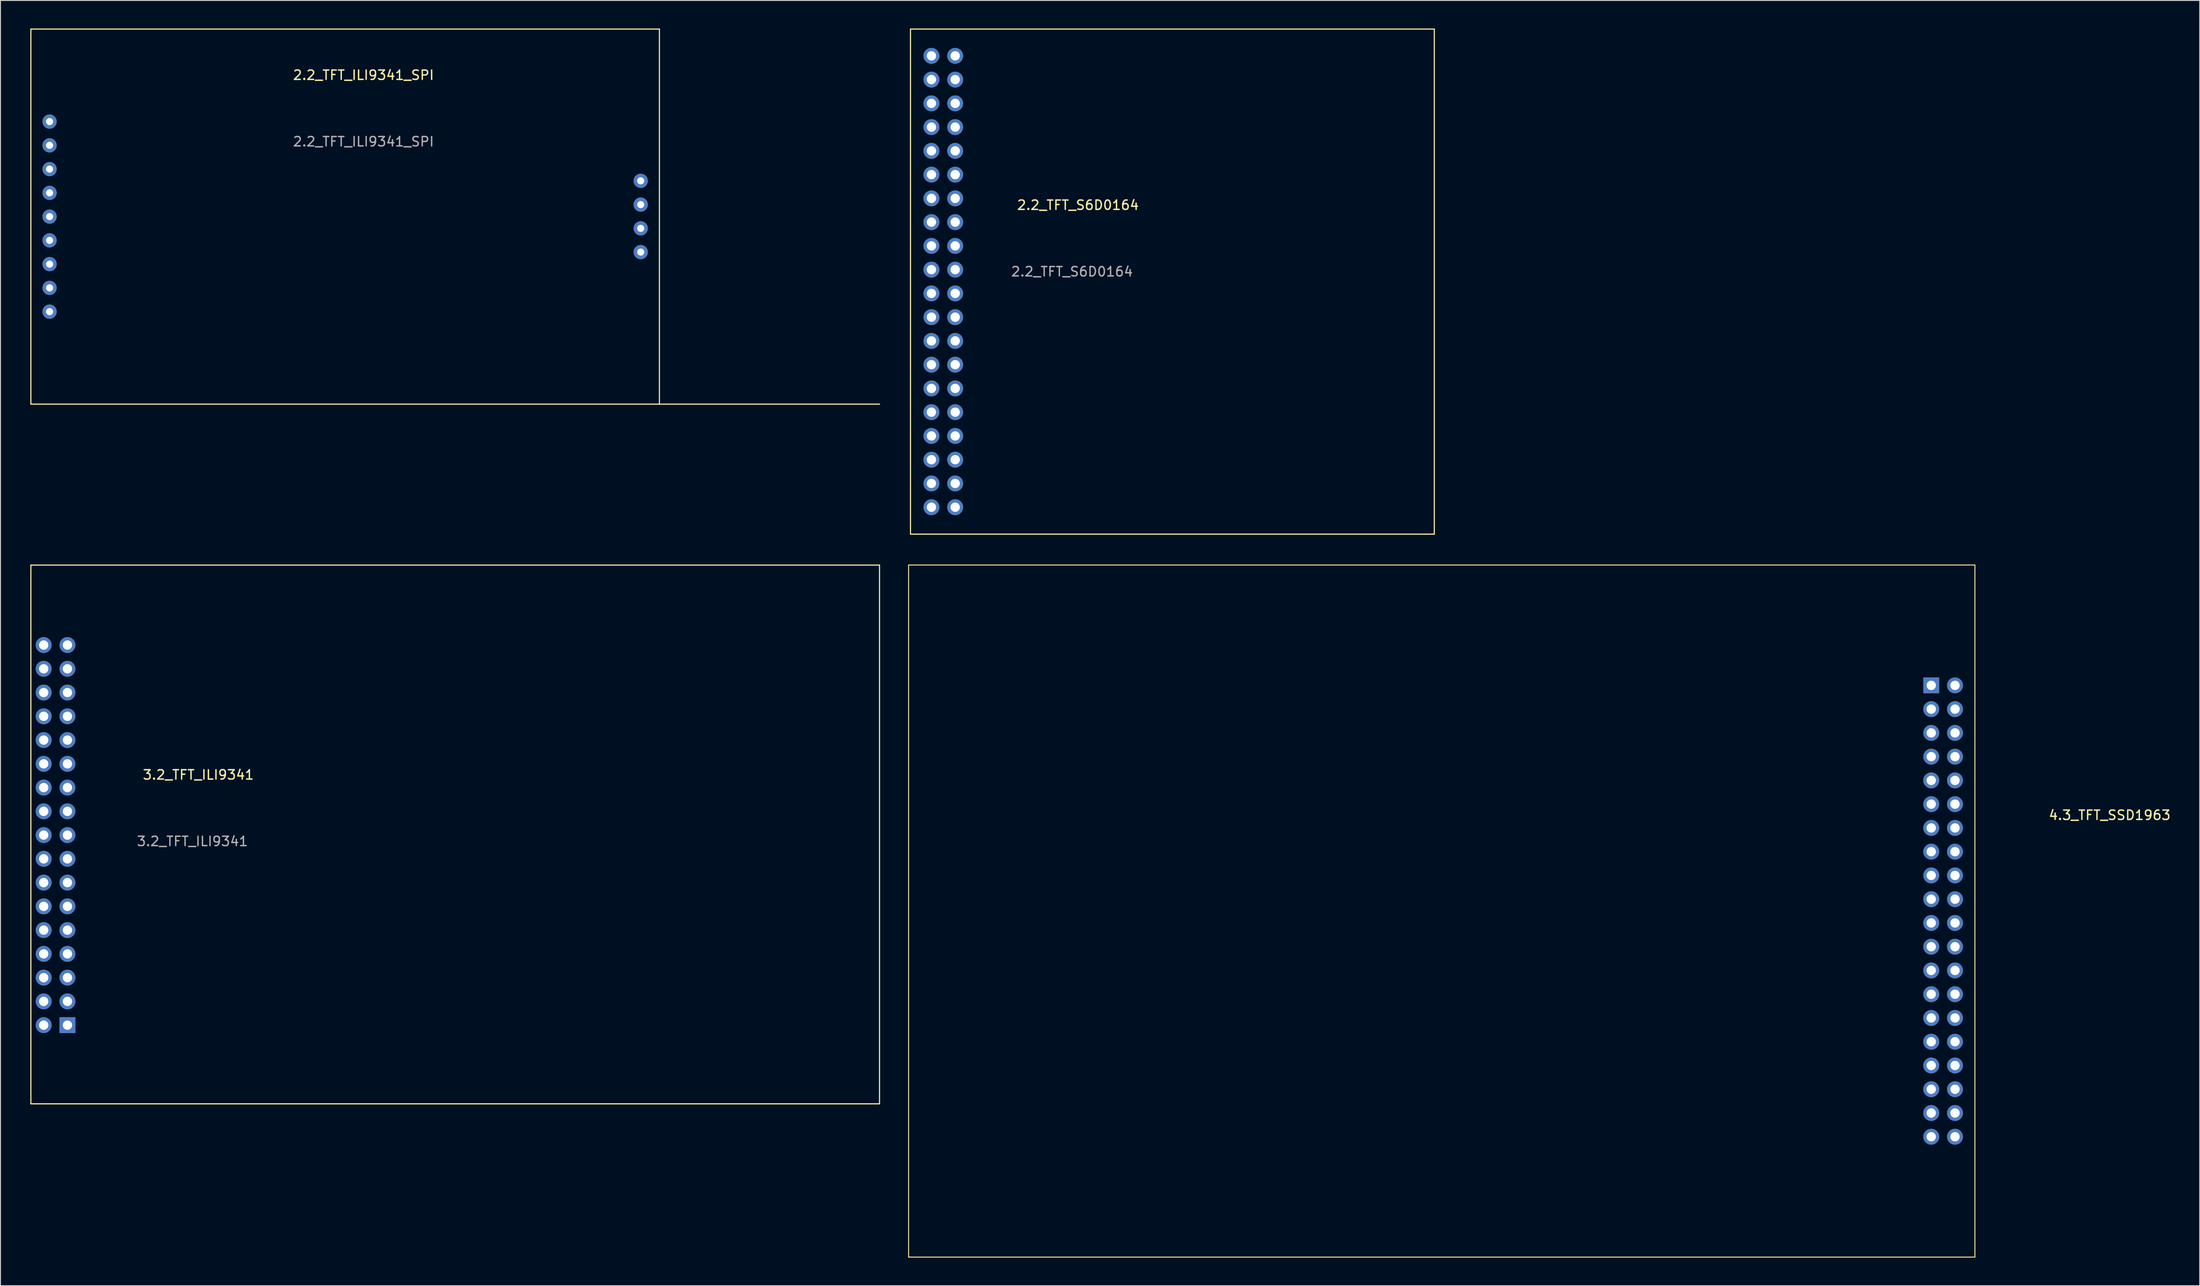
<source format=kicad_pcb>
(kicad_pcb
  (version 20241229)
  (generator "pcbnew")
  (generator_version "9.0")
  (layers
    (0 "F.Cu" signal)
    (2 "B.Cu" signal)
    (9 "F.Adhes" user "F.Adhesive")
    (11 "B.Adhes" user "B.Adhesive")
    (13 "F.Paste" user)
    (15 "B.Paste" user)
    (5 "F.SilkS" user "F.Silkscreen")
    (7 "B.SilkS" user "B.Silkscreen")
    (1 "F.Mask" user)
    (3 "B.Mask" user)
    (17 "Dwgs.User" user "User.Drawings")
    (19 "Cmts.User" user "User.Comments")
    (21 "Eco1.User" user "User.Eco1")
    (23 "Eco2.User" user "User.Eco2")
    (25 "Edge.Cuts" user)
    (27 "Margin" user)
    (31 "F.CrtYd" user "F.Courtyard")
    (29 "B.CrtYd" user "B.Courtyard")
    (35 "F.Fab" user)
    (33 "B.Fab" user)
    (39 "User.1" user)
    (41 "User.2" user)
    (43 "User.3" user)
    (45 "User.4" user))
  (footprint "4.3_TFT_SSD1963"
    (layer "F.Cu")
    (at 205.96 70.23)
    (property "Reference" "4.3_TFT_SSD1963" (at 16.537 13.874 0) (layer "F.SilkS") (effects (font (size 1 1) (thickness 0.15))))
    (attr through_hole)
    (fp_line (start -111.87 -12.87) (end -111.87 61.13) (stroke (width 0.1) (type default)) (layer "F.SilkS"))
    (fp_line (start -111.87 -12.87) (end 2.13 -12.87) (stroke (width 0.1) (type default)) (layer "F.SilkS"))
    (fp_line (start 2.13 -12.87) (end 2.13 61.13) (stroke (width 0.1) (type default)) (layer "F.SilkS"))
    (fp_line (start 2.13 61.13) (end -111.87 61.13) (stroke (width 0.1) (type default)) (layer "F.SilkS"))
    (pad "1" thru_hole rect (at -2.54 0) (size 1.7 1.7) (drill 1) (layers "*.Cu" "*.Mask"))
    (pad "2" thru_hole oval (at 0 0) (size 1.7 1.7) (drill 1) (layers "*.Cu" "*.Mask"))
    (pad "3" thru_hole oval (at -2.54 2.54) (size 1.7 1.7) (drill 1) (layers "*.Cu" "*.Mask"))
    (pad "4" thru_hole oval (at 0 2.54) (size 1.7 1.7) (drill 1) (layers "*.Cu" "*.Mask"))
    (pad "5" thru_hole oval (at -2.54 5.08) (size 1.7 1.7) (drill 1) (layers "*.Cu" "*.Mask"))
    (pad "6" thru_hole oval (at 0 5.08) (size 1.7 1.7) (drill 1) (layers "*.Cu" "*.Mask"))
    (pad "7" thru_hole oval (at -2.54 7.62) (size 1.7 1.7) (drill 1) (layers "*.Cu" "*.Mask"))
    (pad "8" thru_hole oval (at 0 7.62) (size 1.7 1.7) (drill 1) (layers "*.Cu" "*.Mask"))
    (pad "9" thru_hole oval (at -2.54 10.16) (size 1.7 1.7) (drill 1) (layers "*.Cu" "*.Mask"))
    (pad "10" thru_hole oval (at 0 10.16) (size 1.7 1.7) (drill 1) (layers "*.Cu" "*.Mask"))
    (pad "11" thru_hole oval (at -2.54 12.7) (size 1.7 1.7) (drill 1) (layers "*.Cu" "*.Mask"))
    (pad "12" thru_hole oval (at 0 12.7) (size 1.7 1.7) (drill 1) (layers "*.Cu" "*.Mask"))
    (pad "13" thru_hole oval (at -2.54 15.24) (size 1.7 1.7) (drill 1) (layers "*.Cu" "*.Mask"))
    (pad "14" thru_hole oval (at 0 15.24) (size 1.7 1.7) (drill 1) (layers "*.Cu" "*.Mask"))
    (pad "15" thru_hole oval (at -2.54 17.78) (size 1.7 1.7) (drill 1) (layers "*.Cu" "*.Mask"))
    (pad "16" thru_hole oval (at 0 17.78) (size 1.7 1.7) (drill 1) (layers "*.Cu" "*.Mask"))
    (pad "17" thru_hole oval (at -2.54 20.32) (size 1.7 1.7) (drill 1) (layers "*.Cu" "*.Mask"))
    (pad "18" thru_hole oval (at 0 20.32) (size 1.7 1.7) (drill 1) (layers "*.Cu" "*.Mask"))
    (pad "19" thru_hole oval (at -2.54 22.86) (size 1.7 1.7) (drill 1) (layers "*.Cu" "*.Mask"))
    (pad "20" thru_hole oval (at 0 22.86) (size 1.7 1.7) (drill 1) (layers "*.Cu" "*.Mask"))
    (pad "21" thru_hole oval (at -2.54 25.4) (size 1.7 1.7) (drill 1) (layers "*.Cu" "*.Mask"))
    (pad "22" thru_hole oval (at 0 25.4) (size 1.7 1.7) (drill 1) (layers "*.Cu" "*.Mask"))
    (pad "23" thru_hole oval (at -2.54 27.94) (size 1.7 1.7) (drill 1) (layers "*.Cu" "*.Mask"))
    (pad "24" thru_hole oval (at 0 27.94) (size 1.7 1.7) (drill 1) (layers "*.Cu" "*.Mask"))
    (pad "25" thru_hole oval (at -2.54 30.48) (size 1.7 1.7) (drill 1) (layers "*.Cu" "*.Mask"))
    (pad "26" thru_hole oval (at 0 30.48) (size 1.7 1.7) (drill 1) (layers "*.Cu" "*.Mask"))
    (pad "27" thru_hole oval (at -2.54 33.02) (size 1.7 1.7) (drill 1) (layers "*.Cu" "*.Mask"))
    (pad "28" thru_hole oval (at 0 33.02) (size 1.7 1.7) (drill 1) (layers "*.Cu" "*.Mask"))
    (pad "29" thru_hole oval (at -2.54 35.56) (size 1.7 1.7) (drill 1) (layers "*.Cu" "*.Mask"))
    (pad "30" thru_hole oval (at 0 35.56) (size 1.7 1.7) (drill 1) (layers "*.Cu" "*.Mask"))
    (pad "31" thru_hole oval (at -2.54 38.1) (size 1.7 1.7) (drill 1) (layers "*.Cu" "*.Mask"))
    (pad "32" thru_hole oval (at 0 38.1) (size 1.7 1.7) (drill 1) (layers "*.Cu" "*.Mask"))
    (pad "33" thru_hole oval (at -2.54 40.64) (size 1.7 1.7) (drill 1) (layers "*.Cu" "*.Mask"))
    (pad "34" thru_hole oval (at 0 40.64) (size 1.7 1.7) (drill 1) (layers "*.Cu" "*.Mask"))
    (pad "35" thru_hole oval (at -2.54 43.18) (size 1.7 1.7) (drill 1) (layers "*.Cu" "*.Mask"))
    (pad "36" thru_hole oval (at 0 43.18) (size 1.7 1.7) (drill 1) (layers "*.Cu" "*.Mask"))
    (pad "37" thru_hole oval (at -2.54 45.72) (size 1.7 1.7) (drill 1) (layers "*.Cu" "*.Mask"))
    (pad "38" thru_hole oval (at 0 45.72) (size 1.7 1.7) (drill 1) (layers "*.Cu" "*.Mask"))
    (pad "39" thru_hole oval (at -2.54 48.26) (size 1.7 1.7) (drill 1) (layers "*.Cu" "*.Mask"))
    (pad "40" thru_hole oval (at 0 48.26) (size 1.7 1.7) (drill 1) (layers "*.Cu" "*.Mask")))
  (footprint "3.2_TFT_ILI9341"
    (layer "F.Cu")
    (at 0.25 114.97)
    (property "Reference" "3.2_TFT_ILI9341" (at 17.907 -35.179 0) (layer "F.SilkS") (effects (font (size 1 1) (thickness 0.15))))
    (attr through_hole)
    (fp_line (start 0 -57.6) (end 90.73 -57.6) (stroke (width 0.12) (type default)) (layer "F.SilkS"))
    (fp_line (start 0 0) (end 0 -57.6) (stroke (width 0.12) (type default)) (layer "F.SilkS"))
    (fp_line (start 0 0) (end 90.73 0) (stroke (width 0.12) (type default)) (layer "F.SilkS"))
    (fp_line (start 90.73 0) (end 90.73 -57.6) (stroke (width 0.12) (type default)) (layer "F.SilkS"))
    (fp_text user "${REFERENCE}" (at 17.272 -28.067 180) (layer "F.Fab") (effects (font (size 1 1) (thickness 0.15))))
    (pad "1" thru_hole rect (at 3.91 -8.413 180) (size 1.7 1.7) (drill 1) (layers "*.Cu" "*.Mask"))
    (pad "2" thru_hole oval (at 1.37 -8.413 180) (size 1.7 1.7) (drill 1) (layers "*.Cu" "*.Mask"))
    (pad "3" thru_hole oval (at 3.91 -10.953 180) (size 1.7 1.7) (drill 1) (layers "*.Cu" "*.Mask"))
    (pad "4" thru_hole oval (at 1.37 -10.953 180) (size 1.7 1.7) (drill 1) (layers "*.Cu" "*.Mask"))
    (pad "5" thru_hole oval (at 3.91 -13.493 180) (size 1.7 1.7) (drill 1) (layers "*.Cu" "*.Mask"))
    (pad "6" thru_hole oval (at 1.37 -13.493 180) (size 1.7 1.7) (drill 1) (layers "*.Cu" "*.Mask"))
    (pad "7" thru_hole oval (at 3.91 -16.033 180) (size 1.7 1.7) (drill 1) (layers "*.Cu" "*.Mask"))
    (pad "8" thru_hole oval (at 1.37 -16.033 180) (size 1.7 1.7) (drill 1) (layers "*.Cu" "*.Mask"))
    (pad "9" thru_hole oval (at 3.91 -18.573 180) (size 1.7 1.7) (drill 1) (layers "*.Cu" "*.Mask"))
    (pad "10" thru_hole oval (at 1.37 -18.573 180) (size 1.7 1.7) (drill 1) (layers "*.Cu" "*.Mask"))
    (pad "11" thru_hole oval (at 3.91 -21.113 180) (size 1.7 1.7) (drill 1) (layers "*.Cu" "*.Mask"))
    (pad "12" thru_hole oval (at 1.37 -21.113 180) (size 1.7 1.7) (drill 1) (layers "*.Cu" "*.Mask"))
    (pad "13" thru_hole oval (at 3.91 -23.653 180) (size 1.7 1.7) (drill 1) (layers "*.Cu" "*.Mask"))
    (pad "14" thru_hole oval (at 1.37 -23.653 180) (size 1.7 1.7) (drill 1) (layers "*.Cu" "*.Mask"))
    (pad "15" thru_hole oval (at 3.91 -26.193 180) (size 1.7 1.7) (drill 1) (layers "*.Cu" "*.Mask"))
    (pad "16" thru_hole oval (at 1.37 -26.193 180) (size 1.7 1.7) (drill 1) (layers "*.Cu" "*.Mask"))
    (pad "17" thru_hole oval (at 3.91 -28.733 180) (size 1.7 1.7) (drill 1) (layers "*.Cu" "*.Mask"))
    (pad "18" thru_hole oval (at 1.37 -28.733 180) (size 1.7 1.7) (drill 1) (layers "*.Cu" "*.Mask"))
    (pad "19" thru_hole oval (at 3.91 -31.273 180) (size 1.7 1.7) (drill 1) (layers "*.Cu" "*.Mask"))
    (pad "20" thru_hole oval (at 1.37 -31.273 180) (size 1.7 1.7) (drill 1) (layers "*.Cu" "*.Mask"))
    (pad "21" thru_hole oval (at 3.91 -33.813 180) (size 1.7 1.7) (drill 1) (layers "*.Cu" "*.Mask"))
    (pad "22" thru_hole oval (at 1.37 -33.813 180) (size 1.7 1.7) (drill 1) (layers "*.Cu" "*.Mask"))
    (pad "23" thru_hole oval (at 3.91 -36.353 180) (size 1.7 1.7) (drill 1) (layers "*.Cu" "*.Mask"))
    (pad "24" thru_hole oval (at 1.37 -36.353 180) (size 1.7 1.7) (drill 1) (layers "*.Cu" "*.Mask"))
    (pad "25" thru_hole oval (at 3.91 -38.893 180) (size 1.7 1.7) (drill 1) (layers "*.Cu" "*.Mask"))
    (pad "26" thru_hole oval (at 1.37 -38.893 180) (size 1.7 1.7) (drill 1) (layers "*.Cu" "*.Mask"))
    (pad "27" thru_hole oval (at 3.91 -41.433 180) (size 1.7 1.7) (drill 1) (layers "*.Cu" "*.Mask"))
    (pad "28" thru_hole oval (at 1.37 -41.433 180) (size 1.7 1.7) (drill 1) (layers "*.Cu" "*.Mask"))
    (pad "29" thru_hole oval (at 3.91 -43.973 180) (size 1.7 1.7) (drill 1) (layers "*.Cu" "*.Mask"))
    (pad "30" thru_hole oval (at 1.37 -43.973 180) (size 1.7 1.7) (drill 1) (layers "*.Cu" "*.Mask"))
    (pad "31" thru_hole oval (at 3.91 -46.513 180) (size 1.7 1.7) (drill 1) (layers "*.Cu" "*.Mask"))
    (pad "32" thru_hole oval (at 1.37 -46.513 180) (size 1.7 1.7) (drill 1) (layers "*.Cu" "*.Mask"))
    (pad "33" thru_hole oval (at 3.91 -49.053 180) (size 1.7 1.7) (drill 1) (layers "*.Cu" "*.Mask"))
    (pad "34" thru_hole oval (at 1.37 -49.053 180) (size 1.7 1.7) (drill 1) (layers "*.Cu" "*.Mask")))
  (footprint "2.2_TFT_ILI9341_SPI"
    (layer "F.Cu")
    (at 0.25 40.16)
    (property "Reference" "2.2_TFT_ILI9341_SPI" (at 35.56 -35.179 0) (layer "F.SilkS") (effects (font (size 1 1) (thickness 0.15))))
    (attr through_hole)
    (fp_line (start 0 -40.1) (end 67.2 -40.1) (stroke (width 0.12) (type default)) (layer "F.SilkS"))
    (fp_line (start 0 0) (end 0 -40.1) (stroke (width 0.12) (type default)) (layer "F.SilkS"))
    (fp_line (start 0 0) (end 90.73 0) (stroke (width 0.12) (type default)) (layer "F.SilkS"))
    (fp_line (start 67.2 0) (end 67.2 -40.1) (stroke (width 0.12) (type default)) (layer "F.SilkS"))
    (fp_text user "${REFERENCE}" (at 35.56 -28.067 180) (layer "F.Fab") (effects (font (size 1 1) (thickness 0.15))))
    (pad "3" thru_hole circle (at 2 -9.89) (size 1.524 1.524) (drill 0.762) (layers "*.Cu" "*.Mask"))
    (pad "4" thru_hole circle (at 2 -12.43) (size 1.524 1.524) (drill 0.762) (layers "*.Cu" "*.Mask"))
    (pad "5" thru_hole circle (at 2 -14.97) (size 1.524 1.524) (drill 0.762) (layers "*.Cu" "*.Mask"))
    (pad "6" thru_hole circle (at 2 -17.51) (size 1.524 1.524) (drill 0.762) (layers "*.Cu" "*.Mask"))
    (pad "7" thru_hole circle (at 2 -20.05) (size 1.524 1.524) (drill 0.762) (layers "*.Cu" "*.Mask"))
    (pad "8" thru_hole circle (at 2 -22.59) (size 1.524 1.524) (drill 0.762) (layers "*.Cu" "*.Mask"))
    (pad "9" thru_hole circle (at 2 -25.13) (size 1.524 1.524) (drill 0.762) (layers "*.Cu" "*.Mask"))
    (pad "10" thru_hole circle (at 2 -27.67) (size 1.524 1.524) (drill 0.762) (layers "*.Cu" "*.Mask"))
    (pad "11" thru_hole circle (at 2 -30.21) (size 1.524 1.524) (drill 0.762) (layers "*.Cu" "*.Mask"))
    (pad "12" thru_hole circle (at 65.2 -16.256) (size 1.524 1.524) (drill 0.762) (layers "*.Cu" "*.Mask"))
    (pad "13" thru_hole circle (at 65.2 -18.796) (size 1.524 1.524) (drill 0.762) (layers "*.Cu" "*.Mask"))
    (pad "14" thru_hole circle (at 65.2 -21.336) (size 1.524 1.524) (drill 0.762) (layers "*.Cu" "*.Mask"))
    (pad "15" thru_hole circle (at 65.2 -23.876) (size 1.524 1.524) (drill 0.762) (layers "*.Cu" "*.Mask")))
  (footprint "2.2_TFT_S6D0164"
    (layer "F.Cu")
    (at 94.29 54.06)
    (property "Reference" "2.2_TFT_S6D0164" (at 17.907 -35.179 0) (layer "F.SilkS") (effects (font (size 1 1) (thickness 0.15))))
    (attr through_hole)
    (fp_line (start 0 -54) (end 56 -54) (stroke (width 0.12) (type default)) (layer "F.SilkS"))
    (fp_line (start 0 0) (end 0 -54) (stroke (width 0.12) (type default)) (layer "F.SilkS"))
    (fp_line (start 0 0) (end 56 0) (stroke (width 0.12) (type default)) (layer "F.SilkS"))
    (fp_line (start 56 0) (end 56 -54) (stroke (width 0.12) (type default)) (layer "F.SilkS"))
    (fp_text user "${REFERENCE}" (at 17.272 -28.067 180) (layer "F.Fab") (effects (font (size 1 1) (thickness 0.15))))
    (pad "1" thru_hole circle (at 2.24 -51.14 180) (size 1.7 1.7) (drill 1) (layers "*.Cu" "*.Mask"))
    (pad "2" thru_hole circle (at 4.78 -51.14 180) (size 1.7 1.7) (drill 1) (layers "*.Cu" "*.Mask"))
    (pad "3" thru_hole circle (at 2.24 -48.6 180) (size 1.7 1.7) (drill 1) (layers "*.Cu" "*.Mask"))
    (pad "4" thru_hole circle (at 4.78 -48.6 180) (size 1.7 1.7) (drill 1) (layers "*.Cu" "*.Mask"))
    (pad "5" thru_hole circle (at 2.24 -46.06 180) (size 1.7 1.7) (drill 1) (layers "*.Cu" "*.Mask"))
    (pad "6" thru_hole circle (at 4.78 -46.06 180) (size 1.7 1.7) (drill 1) (layers "*.Cu" "*.Mask"))
    (pad "7" thru_hole circle (at 2.24 -43.52 180) (size 1.7 1.7) (drill 1) (layers "*.Cu" "*.Mask"))
    (pad "8" thru_hole circle (at 4.78 -43.52 180) (size 1.7 1.7) (drill 1) (layers "*.Cu" "*.Mask"))
    (pad "9" thru_hole circle (at 2.24 -40.98 180) (size 1.7 1.7) (drill 1) (layers "*.Cu" "*.Mask"))
    (pad "10" thru_hole circle (at 4.78 -40.98 180) (size 1.7 1.7) (drill 1) (layers "*.Cu" "*.Mask"))
    (pad "11" thru_hole circle (at 2.24 -38.44 180) (size 1.7 1.7) (drill 1) (layers "*.Cu" "*.Mask"))
    (pad "12" thru_hole circle (at 4.78 -38.44 180) (size 1.7 1.7) (drill 1) (layers "*.Cu" "*.Mask"))
    (pad "13" thru_hole circle (at 2.24 -35.9 180) (size 1.7 1.7) (drill 1) (layers "*.Cu" "*.Mask"))
    (pad "14" thru_hole circle (at 4.78 -35.9 180) (size 1.7 1.7) (drill 1) (layers "*.Cu" "*.Mask"))
    (pad "15" thru_hole circle (at 2.24 -33.36 180) (size 1.7 1.7) (drill 1) (layers "*.Cu" "*.Mask"))
    (pad "16" thru_hole circle (at 4.78 -33.36 180) (size 1.7 1.7) (drill 1) (layers "*.Cu" "*.Mask"))
    (pad "17" thru_hole circle (at 2.24 -30.82 180) (size 1.7 1.7) (drill 1) (layers "*.Cu" "*.Mask"))
    (pad "18" thru_hole circle (at 4.78 -30.82 180) (size 1.7 1.7) (drill 1) (layers "*.Cu" "*.Mask"))
    (pad "19" thru_hole circle (at 2.24 -28.28 180) (size 1.7 1.7) (drill 1) (layers "*.Cu" "*.Mask"))
    (pad "20" thru_hole circle (at 4.78 -28.28 180) (size 1.7 1.7) (drill 1) (layers "*.Cu" "*.Mask"))
    (pad "21" thru_hole circle (at 2.24 -25.74 180) (size 1.7 1.7) (drill 1) (layers "*.Cu" "*.Mask"))
    (pad "22" thru_hole circle (at 4.78 -25.74 180) (size 1.7 1.7) (drill 1) (layers "*.Cu" "*.Mask"))
    (pad "23" thru_hole circle (at 2.24 -23.2 180) (size 1.7 1.7) (drill 1) (layers "*.Cu" "*.Mask"))
    (pad "24" thru_hole circle (at 4.78 -23.2 180) (size 1.7 1.7) (drill 1) (layers "*.Cu" "*.Mask"))
    (pad "25" thru_hole circle (at 2.24 -20.66 180) (size 1.7 1.7) (drill 1) (layers "*.Cu" "*.Mask"))
    (pad "26" thru_hole circle (at 4.78 -20.66 180) (size 1.7 1.7) (drill 1) (layers "*.Cu" "*.Mask"))
    (pad "27" thru_hole circle (at 2.24 -18.12 180) (size 1.7 1.7) (drill 1) (layers "*.Cu" "*.Mask"))
    (pad "28" thru_hole circle (at 4.78 -18.12 180) (size 1.7 1.7) (drill 1) (layers "*.Cu" "*.Mask"))
    (pad "29" thru_hole circle (at 2.24 -15.58 180) (size 1.7 1.7) (drill 1) (layers "*.Cu" "*.Mask"))
    (pad "30" thru_hole circle (at 4.78 -15.58 180) (size 1.7 1.7) (drill 1) (layers "*.Cu" "*.Mask"))
    (pad "31" thru_hole circle (at 2.24 -13.04 180) (size 1.7 1.7) (drill 1) (layers "*.Cu" "*.Mask"))
    (pad "32" thru_hole circle (at 4.78 -13.04 180) (size 1.7 1.7) (drill 1) (layers "*.Cu" "*.Mask"))
    (pad "33" thru_hole circle (at 2.24 -10.5 180) (size 1.7 1.7) (drill 1) (layers "*.Cu" "*.Mask"))
    (pad "34" thru_hole circle (at 4.78 -10.5 180) (size 1.7 1.7) (drill 1) (layers "*.Cu" "*.Mask"))
    (pad "35" thru_hole circle (at 2.24 -7.96 180) (size 1.7 1.7) (drill 1) (layers "*.Cu" "*.Mask"))
    (pad "36" thru_hole circle (at 4.78 -7.96 180) (size 1.7 1.7) (drill 1) (layers "*.Cu" "*.Mask"))
    (pad "37" thru_hole circle (at 2.24 -5.42 180) (size 1.7 1.7) (drill 1) (layers "*.Cu" "*.Mask"))
    (pad "38" thru_hole circle (at 4.78 -5.42 180) (size 1.7 1.7) (drill 1) (layers "*.Cu" "*.Mask"))
    (pad "39" thru_hole circle (at 2.24 -2.88 180) (size 1.7 1.7) (drill 1) (layers "*.Cu" "*.Mask"))
    (pad "40" thru_hole circle (at 4.78 -2.88 180) (size 1.7 1.7) (drill 1) (layers "*.Cu" "*.Mask")))
  (gr_rect
    (start -3 -3)
    (end 232.122 134.41)
    (stroke (width 0.1) (type default))
    (fill no)
    (layer "Edge.Cuts")))
</source>
